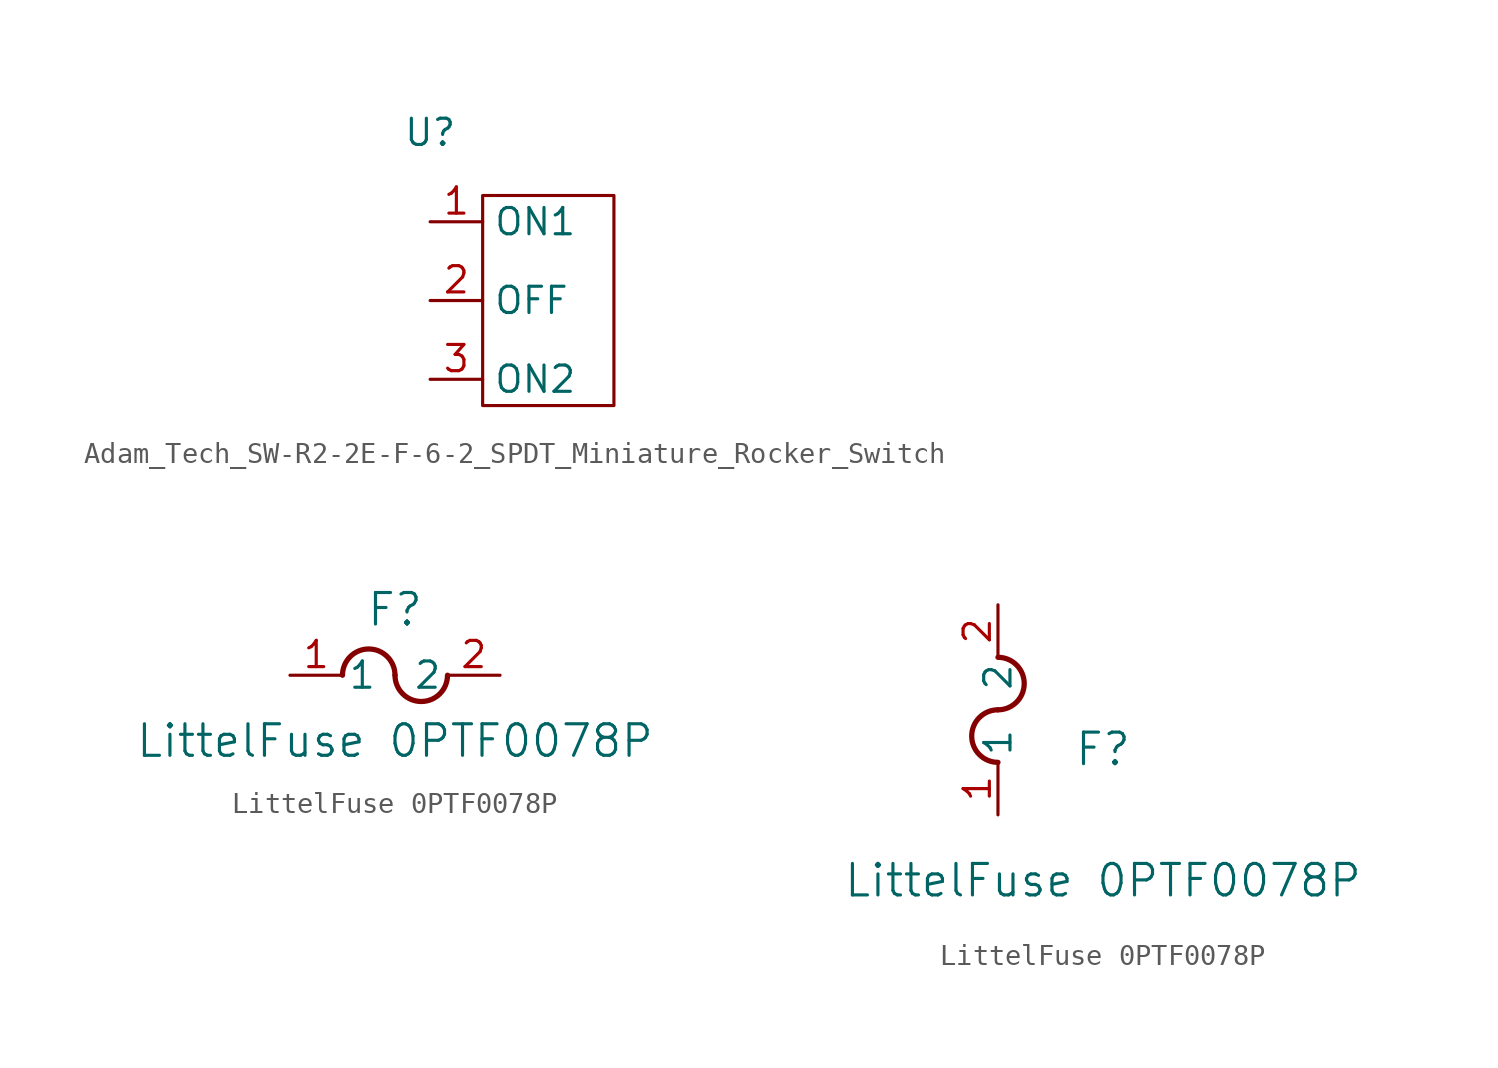
<source format=kicad_sym>
(kicad_symbol_lib
  (version 20231120)
  (generator "kicad_symbol_editor")
  (generator_version "8.0")
  (symbol "Adam_Tech_SW-R2-2E-F-6-2_SPDT_Miniature_Rocker_Switch"
    (property "Reference" "U"
      (at 0 8.128 0)
      (effects (font (size 1.27 1.27))))
    (property "Value" ""
      (at 0 0 0)
      (effects (font (size 1.27 1.27))))
    (symbol "Adam_Tech_SW-R2-2E-F-6-2_SPDT_Miniature_Rocker_Switch_0_1"
      (rectangle (start 2.54 5.08) (end 8.89 -5.08) (stroke (width 0) (type default)) (fill (type none))))
    (symbol "Adam_Tech_SW-R2-2E-F-6-2_SPDT_Miniature_Rocker_Switch_1_1"
      (pin bidirectional line (at 0 3.81 0) (length 2.54) (name "ON1" (effects (font (size 1.27 1.27)))) (number "1" (effects (font (size 1.27 1.27)))))
      (pin bidirectional line (at 0 0 0) (length 2.54) (name "OFF" (effects (font (size 1.27 1.27)))) (number "2" (effects (font (size 1.27 1.27)))))
      (pin bidirectional line (at 0 -3.81 0) (length 2.54) (name "ON2" (effects (font (size 1.27 1.27)))) (number "3" (effects (font (size 1.27 1.27)))))))
  (symbol "LittelFuse 0PTF0078P"
    (pin_names
      (offset 0.254))
    (property "Reference" "F"
      (at 5.08 3.175 0)
      (effects (font (size 1.524 1.524))))
    (property "Value" "LittelFuse 0PTF0078P"
      (at 5.08 -3.175 0)
      (effects (font (size 1.524 1.524))))
    (property "ki_locked" ""
      (at 0 0 0)
      (effects (font (size 1.27 1.27))))
    (symbol "LittelFuse 0PTF0078P_1_1"
      (arc (start 5.08 0) (mid 3.81 1.2645) (end 2.54 0) (stroke (width 0.254) (type default)) (fill (type none)))
      (arc (start 5.08 0) (mid 6.35 -1.2645) (end 7.62 0) (stroke (width 0.254) (type default)) (fill (type none)))
      (pin unspecified line (at 0 0 0) (length 2.54) (name "1" (effects (font (size 1.27 1.27)))) (number "1" (effects (font (size 1.27 1.27)))))
      (pin unspecified line (at 10.16 0 180) (length 2.54) (name "2" (effects (font (size 1.27 1.27)))) (number "2" (effects (font (size 1.27 1.27))))))
    (symbol "LittelFuse 0PTF0078P_1_2"
      (arc (start 0 5.08) (mid -1.2645 3.81) (end 0 2.54) (stroke (width 0.254) (type default)) (fill (type none)))
      (arc (start 0 5.08) (mid 1.2645 6.35) (end 0 7.62) (stroke (width 0.254) (type default)) (fill (type none)))
      (pin unspecified line (at 0 0 90) (length 2.54) (name "1" (effects (font (size 1.27 1.27)))) (number "1" (effects (font (size 1.27 1.27)))))
      (pin unspecified line (at 0 10.16 270) (length 2.54) (name "2" (effects (font (size 1.27 1.27)))) (number "2" (effects (font (size 1.27 1.27))))))))
</source>
